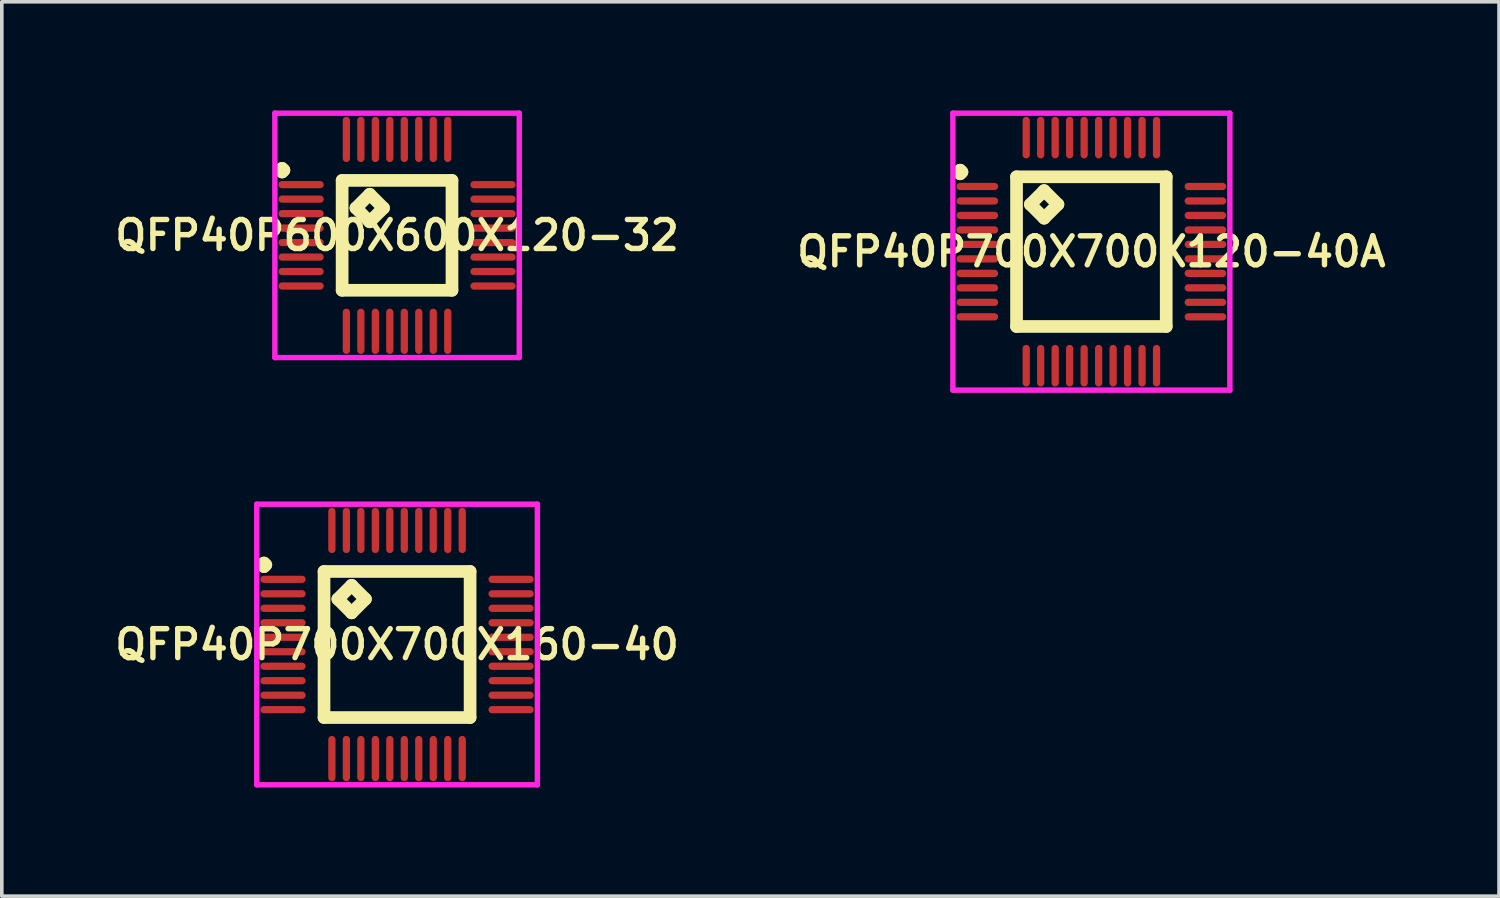
<source format=kicad_pcb>
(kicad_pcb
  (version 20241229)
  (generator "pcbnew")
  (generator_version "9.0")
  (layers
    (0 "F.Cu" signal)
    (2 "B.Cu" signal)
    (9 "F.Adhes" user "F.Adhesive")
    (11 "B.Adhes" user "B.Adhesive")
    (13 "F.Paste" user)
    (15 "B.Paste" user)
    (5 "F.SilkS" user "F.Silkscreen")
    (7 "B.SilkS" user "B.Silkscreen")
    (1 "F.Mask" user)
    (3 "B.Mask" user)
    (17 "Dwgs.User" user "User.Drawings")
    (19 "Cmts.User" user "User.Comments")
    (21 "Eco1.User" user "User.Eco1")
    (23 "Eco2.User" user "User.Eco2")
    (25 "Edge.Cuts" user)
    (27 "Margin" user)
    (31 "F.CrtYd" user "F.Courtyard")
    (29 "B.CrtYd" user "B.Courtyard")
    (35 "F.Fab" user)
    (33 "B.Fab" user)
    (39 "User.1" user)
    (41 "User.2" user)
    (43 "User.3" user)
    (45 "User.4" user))
  (footprint "QFP40P600X600X120-32"
    (layer "F.Cu")
    (at 7.916 3.45)
    (property "Reference" "QFP40P600X600X120-32" (at 0 0 0) (layer "F.SilkS") (effects (font (size 0.8 0.8) (thickness 0.15))))
    (attr smd)
    (fp_line (start -3.225 -1.8) (end -3.175 -1.85) (stroke (width 0.35) (type solid)) (layer "F.SilkS"))
    (fp_line (start -3.175 -1.85) (end -3.125 -1.8) (stroke (width 0.35) (type solid)) (layer "F.SilkS"))
    (fp_line (start -3.175 -1.75) (end -3.225 -1.8) (stroke (width 0.35) (type solid)) (layer "F.SilkS"))
    (fp_line (start -3.125 -1.8) (end -3.175 -1.75) (stroke (width 0.35) (type solid)) (layer "F.SilkS"))
    (fp_line (start -1.517 -1.517) (end -1.517 1.517) (stroke (width 0.35) (type solid)) (layer "F.SilkS"))
    (fp_line (start -1.517 1.517) (end 1.517 1.517) (stroke (width 0.35) (type solid)) (layer "F.SilkS"))
    (fp_line (start -1.136 -0.755) (end -0.755 -1.136) (stroke (width 0.35) (type solid)) (layer "F.SilkS"))
    (fp_line (start -0.755 -1.136) (end -0.374 -0.755) (stroke (width 0.35) (type solid)) (layer "F.SilkS"))
    (fp_line (start -0.755 -0.374) (end -1.136 -0.755) (stroke (width 0.35) (type solid)) (layer "F.SilkS"))
    (fp_line (start -0.374 -0.755) (end -0.755 -0.374) (stroke (width 0.35) (type solid)) (layer "F.SilkS"))
    (fp_line (start 1.517 -1.517) (end -1.517 -1.517) (stroke (width 0.35) (type solid)) (layer "F.SilkS"))
    (fp_line (start 1.517 1.517) (end 1.517 -1.517) (stroke (width 0.35) (type solid)) (layer "F.SilkS"))
    (fp_line (start -3.375 -3.375) (end 3.375 -3.375) (stroke (width 0.15) (type solid)) (layer "F.CrtYd"))
    (fp_line (start -3.375 3.375) (end -3.375 -3.375) (stroke (width 0.15) (type solid)) (layer "F.CrtYd"))
    (fp_line (start 3.375 -3.375) (end 3.375 3.375) (stroke (width 0.15) (type solid)) (layer "F.CrtYd"))
    (fp_line (start 3.375 3.375) (end -3.375 3.375) (stroke (width 0.15) (type solid)) (layer "F.CrtYd"))
    (pad "1" smd oval (at -2.65 -1.4) (size 1.25 0.2) (layers "F.Cu" "F.Mask" "F.Paste"))
    (pad "2" smd oval (at -2.65 -1) (size 1.25 0.2) (layers "F.Cu" "F.Mask" "F.Paste"))
    (pad "3" smd oval (at -2.65 -0.6) (size 1.25 0.2) (layers "F.Cu" "F.Mask" "F.Paste"))
    (pad "4" smd oval (at -2.65 -0.2) (size 1.25 0.2) (layers "F.Cu" "F.Mask" "F.Paste"))
    (pad "5" smd oval (at -2.65 0.2) (size 1.25 0.2) (layers "F.Cu" "F.Mask" "F.Paste"))
    (pad "6" smd oval (at -2.65 0.6) (size 1.25 0.2) (layers "F.Cu" "F.Mask" "F.Paste"))
    (pad "7" smd oval (at -2.65 1) (size 1.25 0.2) (layers "F.Cu" "F.Mask" "F.Paste"))
    (pad "8" smd oval (at -2.65 1.4) (size 1.25 0.2) (layers "F.Cu" "F.Mask" "F.Paste"))
    (pad "9" smd oval (at -1.4 2.65) (size 0.2 1.25) (layers "F.Cu" "F.Mask" "F.Paste"))
    (pad "10" smd oval (at -1 2.65) (size 0.2 1.25) (layers "F.Cu" "F.Mask" "F.Paste"))
    (pad "11" smd oval (at -0.6 2.65) (size 0.2 1.25) (layers "F.Cu" "F.Mask" "F.Paste"))
    (pad "12" smd oval (at -0.2 2.65) (size 0.2 1.25) (layers "F.Cu" "F.Mask" "F.Paste"))
    (pad "13" smd oval (at 0.2 2.65) (size 0.2 1.25) (layers "F.Cu" "F.Mask" "F.Paste"))
    (pad "14" smd oval (at 0.6 2.65) (size 0.2 1.25) (layers "F.Cu" "F.Mask" "F.Paste"))
    (pad "15" smd oval (at 1 2.65) (size 0.2 1.25) (layers "F.Cu" "F.Mask" "F.Paste"))
    (pad "16" smd oval (at 1.4 2.65) (size 0.2 1.25) (layers "F.Cu" "F.Mask" "F.Paste"))
    (pad "17" smd oval (at 2.65 1.4) (size 1.25 0.2) (layers "F.Cu" "F.Mask" "F.Paste"))
    (pad "18" smd oval (at 2.65 1) (size 1.25 0.2) (layers "F.Cu" "F.Mask" "F.Paste"))
    (pad "19" smd oval (at 2.65 0.6) (size 1.25 0.2) (layers "F.Cu" "F.Mask" "F.Paste"))
    (pad "20" smd oval (at 2.65 0.2) (size 1.25 0.2) (layers "F.Cu" "F.Mask" "F.Paste"))
    (pad "21" smd oval (at 2.65 -0.2) (size 1.25 0.2) (layers "F.Cu" "F.Mask" "F.Paste"))
    (pad "22" smd oval (at 2.65 -0.6) (size 1.25 0.2) (layers "F.Cu" "F.Mask" "F.Paste"))
    (pad "23" smd oval (at 2.65 -1) (size 1.25 0.2) (layers "F.Cu" "F.Mask" "F.Paste"))
    (pad "24" smd oval (at 2.65 -1.4) (size 1.25 0.2) (layers "F.Cu" "F.Mask" "F.Paste"))
    (pad "25" smd oval (at 1.4 -2.65) (size 0.2 1.25) (layers "F.Cu" "F.Mask" "F.Paste"))
    (pad "26" smd oval (at 1 -2.65) (size 0.2 1.25) (layers "F.Cu" "F.Mask" "F.Paste"))
    (pad "27" smd oval (at 0.6 -2.65) (size 0.2 1.25) (layers "F.Cu" "F.Mask" "F.Paste"))
    (pad "28" smd oval (at 0.2 -2.65) (size 0.2 1.25) (layers "F.Cu" "F.Mask" "F.Paste"))
    (pad "29" smd oval (at -0.2 -2.65) (size 0.2 1.25) (layers "F.Cu" "F.Mask" "F.Paste"))
    (pad "30" smd oval (at -0.6 -2.65) (size 0.2 1.25) (layers "F.Cu" "F.Mask" "F.Paste"))
    (pad "31" smd oval (at -1 -2.65) (size 0.2 1.25) (layers "F.Cu" "F.Mask" "F.Paste"))
    (pad "32" smd oval (at -1.4 -2.65) (size 0.2 1.25) (layers "F.Cu" "F.Mask" "F.Paste")))
  (footprint "QFP40P700X700X120-40A"
    (layer "F.Cu")
    (at 27.092 3.9)
    (property "Reference" "QFP40P700X700X120-40A" (at 0 0 0) (layer "F.SilkS") (effects (font (size 0.8 0.8) (thickness 0.15))))
    (attr through_hole)
    (fp_line (start -3.675 -2.2) (end -3.625 -2.25) (stroke (width 0.35) (type solid)) (layer "F.SilkS"))
    (fp_line (start -3.625 -2.25) (end -3.575 -2.2) (stroke (width 0.35) (type solid)) (layer "F.SilkS"))
    (fp_line (start -3.625 -2.15) (end -3.675 -2.2) (stroke (width 0.35) (type solid)) (layer "F.SilkS"))
    (fp_line (start -3.575 -2.2) (end -3.625 -2.15) (stroke (width 0.35) (type solid)) (layer "F.SilkS"))
    (fp_line (start -2.067 -2.067) (end -2.067 2.067) (stroke (width 0.35) (type solid)) (layer "F.SilkS"))
    (fp_line (start -2.067 2.067) (end 2.067 2.067) (stroke (width 0.35) (type solid)) (layer "F.SilkS"))
    (fp_line (start -1.686 -1.305) (end -1.305 -1.686) (stroke (width 0.35) (type solid)) (layer "F.SilkS"))
    (fp_line (start -1.305 -1.686) (end -0.924 -1.305) (stroke (width 0.35) (type solid)) (layer "F.SilkS"))
    (fp_line (start -1.305 -0.924) (end -1.686 -1.305) (stroke (width 0.35) (type solid)) (layer "F.SilkS"))
    (fp_line (start -0.924 -1.305) (end -1.305 -0.924) (stroke (width 0.35) (type solid)) (layer "F.SilkS"))
    (fp_line (start 2.067 -2.067) (end -2.067 -2.067) (stroke (width 0.35) (type solid)) (layer "F.SilkS"))
    (fp_line (start 2.067 2.067) (end 2.067 -2.067) (stroke (width 0.35) (type solid)) (layer "F.SilkS"))
    (fp_line (start -3.825 -3.825) (end 3.825 -3.825) (stroke (width 0.15) (type solid)) (layer "F.CrtYd"))
    (fp_line (start -3.825 3.825) (end -3.825 -3.825) (stroke (width 0.15) (type solid)) (layer "F.CrtYd"))
    (fp_line (start 3.825 -3.825) (end 3.825 3.825) (stroke (width 0.15) (type solid)) (layer "F.CrtYd"))
    (fp_line (start 3.825 3.825) (end -3.825 3.825) (stroke (width 0.15) (type solid)) (layer "F.CrtYd"))
    (pad "1" smd oval (at -3.15 -1.8) (size 1.15 0.2) (layers "F.Cu" "F.Mask" "F.Paste"))
    (pad "2" smd oval (at -3.15 -1.4) (size 1.15 0.2) (layers "F.Cu" "F.Mask" "F.Paste"))
    (pad "3" smd oval (at -3.15 -1) (size 1.15 0.2) (layers "F.Cu" "F.Mask" "F.Paste"))
    (pad "4" smd oval (at -3.15 -0.6) (size 1.15 0.2) (layers "F.Cu" "F.Mask" "F.Paste"))
    (pad "5" smd oval (at -3.15 -0.2) (size 1.15 0.2) (layers "F.Cu" "F.Mask" "F.Paste"))
    (pad "6" smd oval (at -3.15 0.2) (size 1.15 0.2) (layers "F.Cu" "F.Mask" "F.Paste"))
    (pad "7" smd oval (at -3.15 0.6) (size 1.15 0.2) (layers "F.Cu" "F.Mask" "F.Paste"))
    (pad "8" smd oval (at -3.15 1) (size 1.15 0.2) (layers "F.Cu" "F.Mask" "F.Paste"))
    (pad "9" smd oval (at -3.15 1.4) (size 1.15 0.2) (layers "F.Cu" "F.Mask" "F.Paste"))
    (pad "10" smd oval (at -3.15 1.8) (size 1.15 0.2) (layers "F.Cu" "F.Mask" "F.Paste"))
    (pad "11" smd oval (at -1.8 3.15) (size 0.2 1.15) (layers "F.Cu" "F.Mask" "F.Paste"))
    (pad "12" smd oval (at -1.4 3.15) (size 0.2 1.15) (layers "F.Cu" "F.Mask" "F.Paste"))
    (pad "13" smd oval (at -1 3.15) (size 0.2 1.15) (layers "F.Cu" "F.Mask" "F.Paste"))
    (pad "14" smd oval (at -0.6 3.15) (size 0.2 1.15) (layers "F.Cu" "F.Mask" "F.Paste"))
    (pad "15" smd oval (at -0.2 3.15) (size 0.2 1.15) (layers "F.Cu" "F.Mask" "F.Paste"))
    (pad "16" smd oval (at 0.2 3.15) (size 0.2 1.15) (layers "F.Cu" "F.Mask" "F.Paste"))
    (pad "17" smd oval (at 0.6 3.15) (size 0.2 1.15) (layers "F.Cu" "F.Mask" "F.Paste"))
    (pad "18" smd oval (at 1 3.15) (size 0.2 1.15) (layers "F.Cu" "F.Mask" "F.Paste"))
    (pad "19" smd oval (at 1.4 3.15) (size 0.2 1.15) (layers "F.Cu" "F.Mask" "F.Paste"))
    (pad "20" smd oval (at 1.8 3.15) (size 0.2 1.15) (layers "F.Cu" "F.Mask" "F.Paste"))
    (pad "21" smd oval (at 3.15 1.8) (size 1.15 0.2) (layers "F.Cu" "F.Mask" "F.Paste"))
    (pad "22" smd oval (at 3.15 1.4) (size 1.15 0.2) (layers "F.Cu" "F.Mask" "F.Paste"))
    (pad "23" smd oval (at 3.15 1) (size 1.15 0.2) (layers "F.Cu" "F.Mask" "F.Paste"))
    (pad "24" smd oval (at 3.15 0.6) (size 1.15 0.2) (layers "F.Cu" "F.Mask" "F.Paste"))
    (pad "25" smd oval (at 3.15 0.2) (size 1.15 0.2) (layers "F.Cu" "F.Mask" "F.Paste"))
    (pad "26" smd oval (at 3.15 -0.2) (size 1.15 0.2) (layers "F.Cu" "F.Mask" "F.Paste"))
    (pad "27" smd oval (at 3.15 -0.6) (size 1.15 0.2) (layers "F.Cu" "F.Mask" "F.Paste"))
    (pad "28" smd oval (at 3.15 -1) (size 1.15 0.2) (layers "F.Cu" "F.Mask" "F.Paste"))
    (pad "29" smd oval (at 3.15 -1.4) (size 1.15 0.2) (layers "F.Cu" "F.Mask" "F.Paste"))
    (pad "30" smd oval (at 3.15 -1.8) (size 1.15 0.2) (layers "F.Cu" "F.Mask" "F.Paste"))
    (pad "31" smd oval (at 1.8 -3.15) (size 0.2 1.15) (layers "F.Cu" "F.Mask" "F.Paste"))
    (pad "32" smd oval (at 1.4 -3.15) (size 0.2 1.15) (layers "F.Cu" "F.Mask" "F.Paste"))
    (pad "33" smd oval (at 1 -3.15) (size 0.2 1.15) (layers "F.Cu" "F.Mask" "F.Paste"))
    (pad "34" smd oval (at 0.6 -3.15) (size 0.2 1.15) (layers "F.Cu" "F.Mask" "F.Paste"))
    (pad "35" smd oval (at 0.2 -3.15) (size 0.2 1.15) (layers "F.Cu" "F.Mask" "F.Paste"))
    (pad "36" smd oval (at -0.2 -3.15) (size 0.2 1.15) (layers "F.Cu" "F.Mask" "F.Paste"))
    (pad "37" smd oval (at -0.6 -3.15) (size 0.2 1.15) (layers "F.Cu" "F.Mask" "F.Paste"))
    (pad "38" smd oval (at -1 -3.15) (size 0.2 1.15) (layers "F.Cu" "F.Mask" "F.Paste"))
    (pad "39" smd oval (at -1.4 -3.15) (size 0.2 1.15) (layers "F.Cu" "F.Mask" "F.Paste"))
    (pad "40" smd oval (at -1.8 -3.15) (size 0.2 1.15) (layers "F.Cu" "F.Mask" "F.Paste")))
  (footprint "QFP40P700X700X160-40"
    (layer "F.Cu")
    (at 7.916 14.75)
    (property "Reference" "QFP40P700X700X160-40" (at 0 0 0) (layer "F.SilkS") (effects (font (size 0.8 0.8) (thickness 0.15))))
    (attr through_hole)
    (fp_line (start -3.725 -2.2) (end -3.675 -2.25) (stroke (width 0.35) (type solid)) (layer "F.SilkS"))
    (fp_line (start -3.675 -2.25) (end -3.625 -2.2) (stroke (width 0.35) (type solid)) (layer "F.SilkS"))
    (fp_line (start -3.675 -2.15) (end -3.725 -2.2) (stroke (width 0.35) (type solid)) (layer "F.SilkS"))
    (fp_line (start -3.625 -2.2) (end -3.675 -2.15) (stroke (width 0.35) (type solid)) (layer "F.SilkS"))
    (fp_line (start -2.017 -2.017) (end -2.017 2.017) (stroke (width 0.35) (type solid)) (layer "F.SilkS"))
    (fp_line (start -2.017 2.017) (end 2.017 2.017) (stroke (width 0.35) (type solid)) (layer "F.SilkS"))
    (fp_line (start -1.636 -1.255) (end -1.255 -1.636) (stroke (width 0.35) (type solid)) (layer "F.SilkS"))
    (fp_line (start -1.255 -1.636) (end -0.874 -1.255) (stroke (width 0.35) (type solid)) (layer "F.SilkS"))
    (fp_line (start -1.255 -0.874) (end -1.636 -1.255) (stroke (width 0.35) (type solid)) (layer "F.SilkS"))
    (fp_line (start -0.874 -1.255) (end -1.255 -0.874) (stroke (width 0.35) (type solid)) (layer "F.SilkS"))
    (fp_line (start 2.017 -2.017) (end -2.017 -2.017) (stroke (width 0.35) (type solid)) (layer "F.SilkS"))
    (fp_line (start 2.017 2.017) (end 2.017 -2.017) (stroke (width 0.35) (type solid)) (layer "F.SilkS"))
    (fp_line (start -3.875 -3.875) (end 3.875 -3.875) (stroke (width 0.15) (type solid)) (layer "F.CrtYd"))
    (fp_line (start -3.875 3.875) (end -3.875 -3.875) (stroke (width 0.15) (type solid)) (layer "F.CrtYd"))
    (fp_line (start 3.875 -3.875) (end 3.875 3.875) (stroke (width 0.15) (type solid)) (layer "F.CrtYd"))
    (fp_line (start 3.875 3.875) (end -3.875 3.875) (stroke (width 0.15) (type solid)) (layer "F.CrtYd"))
    (pad "1" smd oval (at -3.15 -1.8) (size 1.25 0.2) (layers "F.Cu" "F.Mask" "F.Paste"))
    (pad "2" smd oval (at -3.15 -1.4) (size 1.25 0.2) (layers "F.Cu" "F.Mask" "F.Paste"))
    (pad "3" smd oval (at -3.15 -1) (size 1.25 0.2) (layers "F.Cu" "F.Mask" "F.Paste"))
    (pad "4" smd oval (at -3.15 -0.6) (size 1.25 0.2) (layers "F.Cu" "F.Mask" "F.Paste"))
    (pad "5" smd oval (at -3.15 -0.2) (size 1.25 0.2) (layers "F.Cu" "F.Mask" "F.Paste"))
    (pad "6" smd oval (at -3.15 0.2) (size 1.25 0.2) (layers "F.Cu" "F.Mask" "F.Paste"))
    (pad "7" smd oval (at -3.15 0.6) (size 1.25 0.2) (layers "F.Cu" "F.Mask" "F.Paste"))
    (pad "8" smd oval (at -3.15 1) (size 1.25 0.2) (layers "F.Cu" "F.Mask" "F.Paste"))
    (pad "9" smd oval (at -3.15 1.4) (size 1.25 0.2) (layers "F.Cu" "F.Mask" "F.Paste"))
    (pad "10" smd oval (at -3.15 1.8) (size 1.25 0.2) (layers "F.Cu" "F.Mask" "F.Paste"))
    (pad "11" smd oval (at -1.8 3.15) (size 0.2 1.25) (layers "F.Cu" "F.Mask" "F.Paste"))
    (pad "12" smd oval (at -1.4 3.15) (size 0.2 1.25) (layers "F.Cu" "F.Mask" "F.Paste"))
    (pad "13" smd oval (at -1 3.15) (size 0.2 1.25) (layers "F.Cu" "F.Mask" "F.Paste"))
    (pad "14" smd oval (at -0.6 3.15) (size 0.2 1.25) (layers "F.Cu" "F.Mask" "F.Paste"))
    (pad "15" smd oval (at -0.2 3.15) (size 0.2 1.25) (layers "F.Cu" "F.Mask" "F.Paste"))
    (pad "16" smd oval (at 0.2 3.15) (size 0.2 1.25) (layers "F.Cu" "F.Mask" "F.Paste"))
    (pad "17" smd oval (at 0.6 3.15) (size 0.2 1.25) (layers "F.Cu" "F.Mask" "F.Paste"))
    (pad "18" smd oval (at 1 3.15) (size 0.2 1.25) (layers "F.Cu" "F.Mask" "F.Paste"))
    (pad "19" smd oval (at 1.4 3.15) (size 0.2 1.25) (layers "F.Cu" "F.Mask" "F.Paste"))
    (pad "20" smd oval (at 1.8 3.15) (size 0.2 1.25) (layers "F.Cu" "F.Mask" "F.Paste"))
    (pad "21" smd oval (at 3.15 1.8) (size 1.25 0.2) (layers "F.Cu" "F.Mask" "F.Paste"))
    (pad "22" smd oval (at 3.15 1.4) (size 1.25 0.2) (layers "F.Cu" "F.Mask" "F.Paste"))
    (pad "23" smd oval (at 3.15 1) (size 1.25 0.2) (layers "F.Cu" "F.Mask" "F.Paste"))
    (pad "24" smd oval (at 3.15 0.6) (size 1.25 0.2) (layers "F.Cu" "F.Mask" "F.Paste"))
    (pad "25" smd oval (at 3.15 0.2) (size 1.25 0.2) (layers "F.Cu" "F.Mask" "F.Paste"))
    (pad "26" smd oval (at 3.15 -0.2) (size 1.25 0.2) (layers "F.Cu" "F.Mask" "F.Paste"))
    (pad "27" smd oval (at 3.15 -0.6) (size 1.25 0.2) (layers "F.Cu" "F.Mask" "F.Paste"))
    (pad "28" smd oval (at 3.15 -1) (size 1.25 0.2) (layers "F.Cu" "F.Mask" "F.Paste"))
    (pad "29" smd oval (at 3.15 -1.4) (size 1.25 0.2) (layers "F.Cu" "F.Mask" "F.Paste"))
    (pad "30" smd oval (at 3.15 -1.8) (size 1.25 0.2) (layers "F.Cu" "F.Mask" "F.Paste"))
    (pad "31" smd oval (at 1.8 -3.15) (size 0.2 1.25) (layers "F.Cu" "F.Mask" "F.Paste"))
    (pad "32" smd oval (at 1.4 -3.15) (size 0.2 1.25) (layers "F.Cu" "F.Mask" "F.Paste"))
    (pad "33" smd oval (at 1 -3.15) (size 0.2 1.25) (layers "F.Cu" "F.Mask" "F.Paste"))
    (pad "34" smd oval (at 0.6 -3.15) (size 0.2 1.25) (layers "F.Cu" "F.Mask" "F.Paste"))
    (pad "35" smd oval (at 0.2 -3.15) (size 0.2 1.25) (layers "F.Cu" "F.Mask" "F.Paste"))
    (pad "36" smd oval (at -0.2 -3.15) (size 0.2 1.25) (layers "F.Cu" "F.Mask" "F.Paste"))
    (pad "37" smd oval (at -0.6 -3.15) (size 0.2 1.25) (layers "F.Cu" "F.Mask" "F.Paste"))
    (pad "38" smd oval (at -1 -3.15) (size 0.2 1.25) (layers "F.Cu" "F.Mask" "F.Paste"))
    (pad "39" smd oval (at -1.4 -3.15) (size 0.2 1.25) (layers "F.Cu" "F.Mask" "F.Paste"))
    (pad "40" smd oval (at -1.8 -3.15) (size 0.2 1.25) (layers "F.Cu" "F.Mask" "F.Paste")))
  (gr_rect
    (start -3 -3)
    (end 38.351 21.7)
    (stroke (width 0.1) (type default))
    (fill no)
    (layer "Edge.Cuts")))
</source>
